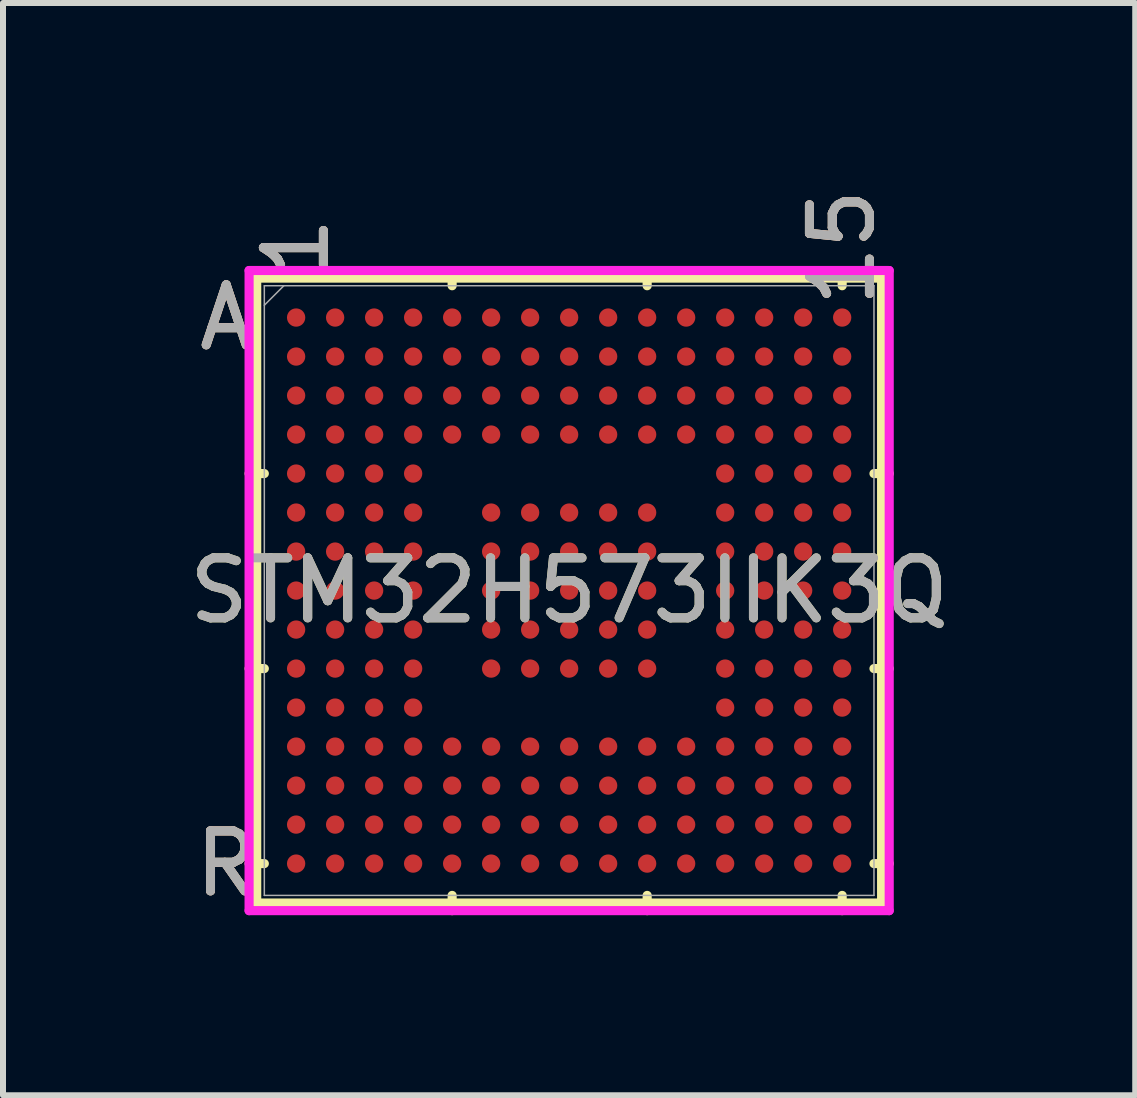
<source format=kicad_pcb>
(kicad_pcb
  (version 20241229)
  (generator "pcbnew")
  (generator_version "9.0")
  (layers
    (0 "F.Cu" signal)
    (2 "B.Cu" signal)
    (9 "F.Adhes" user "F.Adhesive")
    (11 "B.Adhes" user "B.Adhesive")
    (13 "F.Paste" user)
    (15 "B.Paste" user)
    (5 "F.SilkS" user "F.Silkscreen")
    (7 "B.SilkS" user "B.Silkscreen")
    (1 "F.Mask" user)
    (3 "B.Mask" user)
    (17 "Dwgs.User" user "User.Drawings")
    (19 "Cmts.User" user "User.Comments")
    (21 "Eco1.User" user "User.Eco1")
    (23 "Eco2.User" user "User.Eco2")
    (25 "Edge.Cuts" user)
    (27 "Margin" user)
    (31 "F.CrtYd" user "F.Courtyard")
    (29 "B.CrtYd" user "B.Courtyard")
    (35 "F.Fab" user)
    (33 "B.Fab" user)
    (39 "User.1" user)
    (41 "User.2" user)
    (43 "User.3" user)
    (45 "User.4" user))
  (footprint "STM32H573IIK3Q"
    (layer "F.Cu")
    (at 6.435 6.792)
    (property "Reference" "STM32H573IIK3Q" (at 0 0 0) (unlocked yes) (layer "F.SilkS") (effects (font (size 1 1) (thickness 0.15))))
    (attr smd)
    (fp_line (start -5.207 -5.207) (end -5.207 5.207) (stroke (width 0.152) (type solid)) (layer "F.SilkS"))
    (fp_line (start -5.207 5.207) (end 5.207 5.207) (stroke (width 0.152) (type solid)) (layer "F.SilkS"))
    (fp_line (start -5.08 -1.95) (end -5.334 -1.95) (stroke (width 0.152) (type solid)) (layer "F.SilkS"))
    (fp_line (start -5.08 1.3) (end -5.334 1.3) (stroke (width 0.152) (type solid)) (layer "F.SilkS"))
    (fp_line (start -5.08 4.55) (end -5.334 4.55) (stroke (width 0.152) (type solid)) (layer "F.SilkS"))
    (fp_line (start -1.95 -5.08) (end -1.95 -5.334) (stroke (width 0.152) (type solid)) (layer "F.SilkS"))
    (fp_line (start -1.95 5.08) (end -1.95 5.334) (stroke (width 0.152) (type solid)) (layer "F.SilkS"))
    (fp_line (start 1.3 -5.08) (end 1.3 -5.334) (stroke (width 0.152) (type solid)) (layer "F.SilkS"))
    (fp_line (start 1.3 5.08) (end 1.3 5.334) (stroke (width 0.152) (type solid)) (layer "F.SilkS"))
    (fp_line (start 4.55 -5.08) (end 4.55 -5.334) (stroke (width 0.152) (type solid)) (layer "F.SilkS"))
    (fp_line (start 4.55 5.08) (end 4.55 5.334) (stroke (width 0.152) (type solid)) (layer "F.SilkS"))
    (fp_line (start 5.08 -1.95) (end 5.334 -1.95) (stroke (width 0.152) (type solid)) (layer "F.SilkS"))
    (fp_line (start 5.08 1.3) (end 5.334 1.3) (stroke (width 0.152) (type solid)) (layer "F.SilkS"))
    (fp_line (start 5.08 4.55) (end 5.334 4.55) (stroke (width 0.152) (type solid)) (layer "F.SilkS"))
    (fp_line (start 5.207 -5.207) (end -5.207 -5.207) (stroke (width 0.152) (type solid)) (layer "F.SilkS"))
    (fp_line (start 5.207 5.207) (end 5.207 -5.207) (stroke (width 0.152) (type solid)) (layer "F.SilkS"))
    (fp_line (start -5.334 -5.334) (end 5.334 -5.334) (stroke (width 0.152) (type solid)) (layer "F.CrtYd"))
    (fp_line (start -5.334 5.334) (end -5.334 -5.334) (stroke (width 0.152) (type solid)) (layer "F.CrtYd"))
    (fp_line (start 5.334 -5.334) (end 5.334 5.334) (stroke (width 0.152) (type solid)) (layer "F.CrtYd"))
    (fp_line (start 5.334 5.334) (end -5.334 5.334) (stroke (width 0.152) (type solid)) (layer "F.CrtYd"))
    (fp_line (start -5.08 -5.08) (end -5.08 5.08) (stroke (width 0.025) (type solid)) (layer "F.Fab"))
    (fp_line (start -5.08 5.08) (end 5.08 5.08) (stroke (width 0.025) (type solid)) (layer "F.Fab"))
    (fp_line (start -4.755 -5.08) (end -5.08 -4.755) (stroke (width 0.025) (type solid)) (layer "F.Fab"))
    (fp_line (start 5.08 -5.08) (end -5.08 -5.08) (stroke (width 0.025) (type solid)) (layer "F.Fab"))
    (fp_line (start 5.08 5.08) (end 5.08 -5.08) (stroke (width 0.025) (type solid)) (layer "F.Fab"))
    (fp_text user "1" (at -4.55 -5.715 90) (unlocked yes) (layer "F.SilkS") (effects (font (size 1 1) (thickness 0.15))))
    (fp_text user "R" (at -5.715 4.55 0) (unlocked yes) (layer "F.SilkS") (effects (font (size 1 1) (thickness 0.15))))
    (fp_text user "A" (at -5.715 -4.55 0) (unlocked yes) (layer "F.SilkS") (effects (font (size 1 1) (thickness 0.15))))
    (fp_text user "15" (at 4.55 -5.715 90) (unlocked yes) (layer "F.SilkS") (effects (font (size 1 1) (thickness 0.15))))
    (fp_text user "A" (at -5.715 -4.55 0) (unlocked yes) (layer "B.SilkS") (effects (font (size 1 1) (thickness 0.15))))
    (fp_text user "15" (at 4.55 -5.715 90) (unlocked yes) (layer "B.SilkS") (effects (font (size 1 1) (thickness 0.15))))
    (fp_text user "R" (at -5.715 4.55 0) (unlocked yes) (layer "B.SilkS") (effects (font (size 1 1) (thickness 0.15))))
    (fp_text user "1" (at -4.55 -5.715 90) (unlocked yes) (layer "B.SilkS") (effects (font (size 1 1) (thickness 0.15))))
    (fp_text user "1" (at -4.55 -5.715 90) (unlocked yes) (layer "F.Fab") (effects (font (size 1 1) (thickness 0.15))))
    (fp_text user "15" (at 4.55 -5.715 90) (unlocked yes) (layer "F.Fab") (effects (font (size 1 1) (thickness 0.15))))
    (fp_text user "A" (at -5.715 -4.55 0) (unlocked yes) (layer "F.Fab") (effects (font (size 1 1) (thickness 0.15))))
    (fp_text user "${REFERENCE}" (at 0 0 0) (unlocked yes) (layer "F.Fab") (effects (font (size 1 1) (thickness 0.15))))
    (fp_text user "R" (at -5.715 4.55 0) (unlocked yes) (layer "F.Fab") (effects (font (size 1 1) (thickness 0.15))))
    (pad "A1" smd circle (at -4.55 -4.55) (size 0.305 0.305) (layers "F.Cu" "F.Mask" "F.Paste"))
    (pad "A2" smd circle (at -3.9 -4.55) (size 0.305 0.305) (layers "F.Cu" "F.Mask" "F.Paste"))
    (pad "A3" smd circle (at -3.25 -4.55) (size 0.305 0.305) (layers "F.Cu" "F.Mask" "F.Paste"))
    (pad "A4" smd circle (at -2.6 -4.55) (size 0.305 0.305) (layers "F.Cu" "F.Mask" "F.Paste"))
    (pad "A5" smd circle (at -1.95 -4.55) (size 0.305 0.305) (layers "F.Cu" "F.Mask" "F.Paste"))
    (pad "A6" smd circle (at -1.3 -4.55) (size 0.305 0.305) (layers "F.Cu" "F.Mask" "F.Paste"))
    (pad "A7" smd circle (at -0.65 -4.55) (size 0.305 0.305) (layers "F.Cu" "F.Mask" "F.Paste"))
    (pad "A8" smd circle (at 0 -4.55) (size 0.305 0.305) (layers "F.Cu" "F.Mask" "F.Paste"))
    (pad "A9" smd circle (at 0.65 -4.55) (size 0.305 0.305) (layers "F.Cu" "F.Mask" "F.Paste"))
    (pad "A10" smd circle (at 1.3 -4.55) (size 0.305 0.305) (layers "F.Cu" "F.Mask" "F.Paste"))
    (pad "A11" smd circle (at 1.95 -4.55) (size 0.305 0.305) (layers "F.Cu" "F.Mask" "F.Paste"))
    (pad "A12" smd circle (at 2.6 -4.55) (size 0.305 0.305) (layers "F.Cu" "F.Mask" "F.Paste"))
    (pad "A13" smd circle (at 3.25 -4.55) (size 0.305 0.305) (layers "F.Cu" "F.Mask" "F.Paste"))
    (pad "A14" smd circle (at 3.9 -4.55) (size 0.305 0.305) (layers "F.Cu" "F.Mask" "F.Paste"))
    (pad "A15" smd circle (at 4.55 -4.55) (size 0.305 0.305) (layers "F.Cu" "F.Mask" "F.Paste"))
    (pad "B1" smd circle (at -4.55 -3.9) (size 0.305 0.305) (layers "F.Cu" "F.Mask" "F.Paste"))
    (pad "B2" smd circle (at -3.9 -3.9) (size 0.305 0.305) (layers "F.Cu" "F.Mask" "F.Paste"))
    (pad "B3" smd circle (at -3.25 -3.9) (size 0.305 0.305) (layers "F.Cu" "F.Mask" "F.Paste"))
    (pad "B4" smd circle (at -2.6 -3.9) (size 0.305 0.305) (layers "F.Cu" "F.Mask" "F.Paste"))
    (pad "B5" smd circle (at -1.95 -3.9) (size 0.305 0.305) (layers "F.Cu" "F.Mask" "F.Paste"))
    (pad "B6" smd circle (at -1.3 -3.9) (size 0.305 0.305) (layers "F.Cu" "F.Mask" "F.Paste"))
    (pad "B7" smd circle (at -0.65 -3.9) (size 0.305 0.305) (layers "F.Cu" "F.Mask" "F.Paste"))
    (pad "B8" smd circle (at 0 -3.9) (size 0.305 0.305) (layers "F.Cu" "F.Mask" "F.Paste"))
    (pad "B9" smd circle (at 0.65 -3.9) (size 0.305 0.305) (layers "F.Cu" "F.Mask" "F.Paste"))
    (pad "B10" smd circle (at 1.3 -3.9) (size 0.305 0.305) (layers "F.Cu" "F.Mask" "F.Paste"))
    (pad "B11" smd circle (at 1.95 -3.9) (size 0.305 0.305) (layers "F.Cu" "F.Mask" "F.Paste"))
    (pad "B12" smd circle (at 2.6 -3.9) (size 0.305 0.305) (layers "F.Cu" "F.Mask" "F.Paste"))
    (pad "B13" smd circle (at 3.25 -3.9) (size 0.305 0.305) (layers "F.Cu" "F.Mask" "F.Paste"))
    (pad "B14" smd circle (at 3.9 -3.9) (size 0.305 0.305) (layers "F.Cu" "F.Mask" "F.Paste"))
    (pad "B15" smd circle (at 4.55 -3.9) (size 0.305 0.305) (layers "F.Cu" "F.Mask" "F.Paste"))
    (pad "C1" smd circle (at -4.55 -3.25) (size 0.305 0.305) (layers "F.Cu" "F.Mask" "F.Paste"))
    (pad "C2" smd circle (at -3.9 -3.25) (size 0.305 0.305) (layers "F.Cu" "F.Mask" "F.Paste"))
    (pad "C3" smd circle (at -3.25 -3.25) (size 0.305 0.305) (layers "F.Cu" "F.Mask" "F.Paste"))
    (pad "C4" smd circle (at -2.6 -3.25) (size 0.305 0.305) (layers "F.Cu" "F.Mask" "F.Paste"))
    (pad "C5" smd circle (at -1.95 -3.25) (size 0.305 0.305) (layers "F.Cu" "F.Mask" "F.Paste"))
    (pad "C6" smd circle (at -1.3 -3.25) (size 0.305 0.305) (layers "F.Cu" "F.Mask" "F.Paste"))
    (pad "C7" smd circle (at -0.65 -3.25) (size 0.305 0.305) (layers "F.Cu" "F.Mask" "F.Paste"))
    (pad "C8" smd circle (at 0 -3.25) (size 0.305 0.305) (layers "F.Cu" "F.Mask" "F.Paste"))
    (pad "C9" smd circle (at 0.65 -3.25) (size 0.305 0.305) (layers "F.Cu" "F.Mask" "F.Paste"))
    (pad "C10" smd circle (at 1.3 -3.25) (size 0.305 0.305) (layers "F.Cu" "F.Mask" "F.Paste"))
    (pad "C11" smd circle (at 1.95 -3.25) (size 0.305 0.305) (layers "F.Cu" "F.Mask" "F.Paste"))
    (pad "C12" smd circle (at 2.6 -3.25) (size 0.305 0.305) (layers "F.Cu" "F.Mask" "F.Paste"))
    (pad "C13" smd circle (at 3.25 -3.25) (size 0.305 0.305) (layers "F.Cu" "F.Mask" "F.Paste"))
    (pad "C14" smd circle (at 3.9 -3.25) (size 0.305 0.305) (layers "F.Cu" "F.Mask" "F.Paste"))
    (pad "C15" smd circle (at 4.55 -3.25) (size 0.305 0.305) (layers "F.Cu" "F.Mask" "F.Paste"))
    (pad "D1" smd circle (at -4.55 -2.6) (size 0.305 0.305) (layers "F.Cu" "F.Mask" "F.Paste"))
    (pad "D2" smd circle (at -3.9 -2.6) (size 0.305 0.305) (layers "F.Cu" "F.Mask" "F.Paste"))
    (pad "D3" smd circle (at -3.25 -2.6) (size 0.305 0.305) (layers "F.Cu" "F.Mask" "F.Paste"))
    (pad "D4" smd circle (at -2.6 -2.6) (size 0.305 0.305) (layers "F.Cu" "F.Mask" "F.Paste"))
    (pad "D5" smd circle (at -1.95 -2.6) (size 0.305 0.305) (layers "F.Cu" "F.Mask" "F.Paste"))
    (pad "D6" smd circle (at -1.3 -2.6) (size 0.305 0.305) (layers "F.Cu" "F.Mask" "F.Paste"))
    (pad "D7" smd circle (at -0.65 -2.6) (size 0.305 0.305) (layers "F.Cu" "F.Mask" "F.Paste"))
    (pad "D8" smd circle (at 0 -2.6) (size 0.305 0.305) (layers "F.Cu" "F.Mask" "F.Paste"))
    (pad "D9" smd circle (at 0.65 -2.6) (size 0.305 0.305) (layers "F.Cu" "F.Mask" "F.Paste"))
    (pad "D10" smd circle (at 1.3 -2.6) (size 0.305 0.305) (layers "F.Cu" "F.Mask" "F.Paste"))
    (pad "D11" smd circle (at 1.95 -2.6) (size 0.305 0.305) (layers "F.Cu" "F.Mask" "F.Paste"))
    (pad "D12" smd circle (at 2.6 -2.6) (size 0.305 0.305) (layers "F.Cu" "F.Mask" "F.Paste"))
    (pad "D13" smd circle (at 3.25 -2.6) (size 0.305 0.305) (layers "F.Cu" "F.Mask" "F.Paste"))
    (pad "D14" smd circle (at 3.9 -2.6) (size 0.305 0.305) (layers "F.Cu" "F.Mask" "F.Paste"))
    (pad "D15" smd circle (at 4.55 -2.6) (size 0.305 0.305) (layers "F.Cu" "F.Mask" "F.Paste"))
    (pad "E1" smd circle (at -4.55 -1.95) (size 0.305 0.305) (layers "F.Cu" "F.Mask" "F.Paste"))
    (pad "E2" smd circle (at -3.9 -1.95) (size 0.305 0.305) (layers "F.Cu" "F.Mask" "F.Paste"))
    (pad "E3" smd circle (at -3.25 -1.95) (size 0.305 0.305) (layers "F.Cu" "F.Mask" "F.Paste"))
    (pad "E4" smd circle (at -2.6 -1.95) (size 0.305 0.305) (layers "F.Cu" "F.Mask" "F.Paste"))
    (pad "E12" smd circle (at 2.6 -1.95) (size 0.305 0.305) (layers "F.Cu" "F.Mask" "F.Paste"))
    (pad "E13" smd circle (at 3.25 -1.95) (size 0.305 0.305) (layers "F.Cu" "F.Mask" "F.Paste"))
    (pad "E14" smd circle (at 3.9 -1.95) (size 0.305 0.305) (layers "F.Cu" "F.Mask" "F.Paste"))
    (pad "E15" smd circle (at 4.55 -1.95) (size 0.305 0.305) (layers "F.Cu" "F.Mask" "F.Paste"))
    (pad "F1" smd circle (at -4.55 -1.3) (size 0.305 0.305) (layers "F.Cu" "F.Mask" "F.Paste"))
    (pad "F2" smd circle (at -3.9 -1.3) (size 0.305 0.305) (layers "F.Cu" "F.Mask" "F.Paste"))
    (pad "F3" smd circle (at -3.25 -1.3) (size 0.305 0.305) (layers "F.Cu" "F.Mask" "F.Paste"))
    (pad "F4" smd circle (at -2.6 -1.3) (size 0.305 0.305) (layers "F.Cu" "F.Mask" "F.Paste"))
    (pad "F6" smd circle (at -1.3 -1.3) (size 0.305 0.305) (layers "F.Cu" "F.Mask" "F.Paste"))
    (pad "F7" smd circle (at -0.65 -1.3) (size 0.305 0.305) (layers "F.Cu" "F.Mask" "F.Paste"))
    (pad "F8" smd circle (at 0 -1.3) (size 0.305 0.305) (layers "F.Cu" "F.Mask" "F.Paste"))
    (pad "F9" smd circle (at 0.65 -1.3) (size 0.305 0.305) (layers "F.Cu" "F.Mask" "F.Paste"))
    (pad "F10" smd circle (at 1.3 -1.3) (size 0.305 0.305) (layers "F.Cu" "F.Mask" "F.Paste"))
    (pad "F12" smd circle (at 2.6 -1.3) (size 0.305 0.305) (layers "F.Cu" "F.Mask" "F.Paste"))
    (pad "F13" smd circle (at 3.25 -1.3) (size 0.305 0.305) (layers "F.Cu" "F.Mask" "F.Paste"))
    (pad "F14" smd circle (at 3.9 -1.3) (size 0.305 0.305) (layers "F.Cu" "F.Mask" "F.Paste"))
    (pad "F15" smd circle (at 4.55 -1.3) (size 0.305 0.305) (layers "F.Cu" "F.Mask" "F.Paste"))
    (pad "G1" smd circle (at -4.55 -0.65) (size 0.305 0.305) (layers "F.Cu" "F.Mask" "F.Paste"))
    (pad "G2" smd circle (at -3.9 -0.65) (size 0.305 0.305) (layers "F.Cu" "F.Mask" "F.Paste"))
    (pad "G3" smd circle (at -3.25 -0.65) (size 0.305 0.305) (layers "F.Cu" "F.Mask" "F.Paste"))
    (pad "G4" smd circle (at -2.6 -0.65) (size 0.305 0.305) (layers "F.Cu" "F.Mask" "F.Paste"))
    (pad "G6" smd circle (at -1.3 -0.65) (size 0.305 0.305) (layers "F.Cu" "F.Mask" "F.Paste"))
    (pad "G7" smd circle (at -0.65 -0.65) (size 0.305 0.305) (layers "F.Cu" "F.Mask" "F.Paste"))
    (pad "G8" smd circle (at 0 -0.65) (size 0.305 0.305) (layers "F.Cu" "F.Mask" "F.Paste"))
    (pad "G9" smd circle (at 0.65 -0.65) (size 0.305 0.305) (layers "F.Cu" "F.Mask" "F.Paste"))
    (pad "G10" smd circle (at 1.3 -0.65) (size 0.305 0.305) (layers "F.Cu" "F.Mask" "F.Paste"))
    (pad "G12" smd circle (at 2.6 -0.65) (size 0.305 0.305) (layers "F.Cu" "F.Mask" "F.Paste"))
    (pad "G13" smd circle (at 3.25 -0.65) (size 0.305 0.305) (layers "F.Cu" "F.Mask" "F.Paste"))
    (pad "G14" smd circle (at 3.9 -0.65) (size 0.305 0.305) (layers "F.Cu" "F.Mask" "F.Paste"))
    (pad "G15" smd circle (at 4.55 -0.65) (size 0.305 0.305) (layers "F.Cu" "F.Mask" "F.Paste"))
    (pad "H1" smd circle (at -4.55 0) (size 0.305 0.305) (layers "F.Cu" "F.Mask" "F.Paste"))
    (pad "H2" smd circle (at -3.9 0) (size 0.305 0.305) (layers "F.Cu" "F.Mask" "F.Paste"))
    (pad "H3" smd circle (at -3.25 0) (size 0.305 0.305) (layers "F.Cu" "F.Mask" "F.Paste"))
    (pad "H4" smd circle (at -2.6 0) (size 0.305 0.305) (layers "F.Cu" "F.Mask" "F.Paste"))
    (pad "H6" smd circle (at -1.3 0) (size 0.305 0.305) (layers "F.Cu" "F.Mask" "F.Paste"))
    (pad "H7" smd circle (at -0.65 0) (size 0.305 0.305) (layers "F.Cu" "F.Mask" "F.Paste"))
    (pad "H8" smd circle (at 0 0) (size 0.305 0.305) (layers "F.Cu" "F.Mask" "F.Paste"))
    (pad "H9" smd circle (at 0.65 0) (size 0.305 0.305) (layers "F.Cu" "F.Mask" "F.Paste"))
    (pad "H10" smd circle (at 1.3 0) (size 0.305 0.305) (layers "F.Cu" "F.Mask" "F.Paste"))
    (pad "H12" smd circle (at 2.6 0) (size 0.305 0.305) (layers "F.Cu" "F.Mask" "F.Paste"))
    (pad "H13" smd circle (at 3.25 0) (size 0.305 0.305) (layers "F.Cu" "F.Mask" "F.Paste"))
    (pad "H14" smd circle (at 3.9 0) (size 0.305 0.305) (layers "F.Cu" "F.Mask" "F.Paste"))
    (pad "H15" smd circle (at 4.55 0) (size 0.305 0.305) (layers "F.Cu" "F.Mask" "F.Paste"))
    (pad "J1" smd circle (at -4.55 0.65) (size 0.305 0.305) (layers "F.Cu" "F.Mask" "F.Paste"))
    (pad "J2" smd circle (at -3.9 0.65) (size 0.305 0.305) (layers "F.Cu" "F.Mask" "F.Paste"))
    (pad "J3" smd circle (at -3.25 0.65) (size 0.305 0.305) (layers "F.Cu" "F.Mask" "F.Paste"))
    (pad "J4" smd circle (at -2.6 0.65) (size 0.305 0.305) (layers "F.Cu" "F.Mask" "F.Paste"))
    (pad "J6" smd circle (at -1.3 0.65) (size 0.305 0.305) (layers "F.Cu" "F.Mask" "F.Paste"))
    (pad "J7" smd circle (at -0.65 0.65) (size 0.305 0.305) (layers "F.Cu" "F.Mask" "F.Paste"))
    (pad "J8" smd circle (at 0 0.65) (size 0.305 0.305) (layers "F.Cu" "F.Mask" "F.Paste"))
    (pad "J9" smd circle (at 0.65 0.65) (size 0.305 0.305) (layers "F.Cu" "F.Mask" "F.Paste"))
    (pad "J10" smd circle (at 1.3 0.65) (size 0.305 0.305) (layers "F.Cu" "F.Mask" "F.Paste"))
    (pad "J12" smd circle (at 2.6 0.65) (size 0.305 0.305) (layers "F.Cu" "F.Mask" "F.Paste"))
    (pad "J13" smd circle (at 3.25 0.65) (size 0.305 0.305) (layers "F.Cu" "F.Mask" "F.Paste"))
    (pad "J14" smd circle (at 3.9 0.65) (size 0.305 0.305) (layers "F.Cu" "F.Mask" "F.Paste"))
    (pad "J15" smd circle (at 4.55 0.65) (size 0.305 0.305) (layers "F.Cu" "F.Mask" "F.Paste"))
    (pad "K1" smd circle (at -4.55 1.3) (size 0.305 0.305) (layers "F.Cu" "F.Mask" "F.Paste"))
    (pad "K2" smd circle (at -3.9 1.3) (size 0.305 0.305) (layers "F.Cu" "F.Mask" "F.Paste"))
    (pad "K3" smd circle (at -3.25 1.3) (size 0.305 0.305) (layers "F.Cu" "F.Mask" "F.Paste"))
    (pad "K4" smd circle (at -2.6 1.3) (size 0.305 0.305) (layers "F.Cu" "F.Mask" "F.Paste"))
    (pad "K6" smd circle (at -1.3 1.3) (size 0.305 0.305) (layers "F.Cu" "F.Mask" "F.Paste"))
    (pad "K7" smd circle (at -0.65 1.3) (size 0.305 0.305) (layers "F.Cu" "F.Mask" "F.Paste"))
    (pad "K8" smd circle (at 0 1.3) (size 0.305 0.305) (layers "F.Cu" "F.Mask" "F.Paste"))
    (pad "K9" smd circle (at 0.65 1.3) (size 0.305 0.305) (layers "F.Cu" "F.Mask" "F.Paste"))
    (pad "K10" smd circle (at 1.3 1.3) (size 0.305 0.305) (layers "F.Cu" "F.Mask" "F.Paste"))
    (pad "K12" smd circle (at 2.6 1.3) (size 0.305 0.305) (layers "F.Cu" "F.Mask" "F.Paste"))
    (pad "K13" smd circle (at 3.25 1.3) (size 0.305 0.305) (layers "F.Cu" "F.Mask" "F.Paste"))
    (pad "K14" smd circle (at 3.9 1.3) (size 0.305 0.305) (layers "F.Cu" "F.Mask" "F.Paste"))
    (pad "K15" smd circle (at 4.55 1.3) (size 0.305 0.305) (layers "F.Cu" "F.Mask" "F.Paste"))
    (pad "L1" smd circle (at -4.55 1.95) (size 0.305 0.305) (layers "F.Cu" "F.Mask" "F.Paste"))
    (pad "L2" smd circle (at -3.9 1.95) (size 0.305 0.305) (layers "F.Cu" "F.Mask" "F.Paste"))
    (pad "L3" smd circle (at -3.25 1.95) (size 0.305 0.305) (layers "F.Cu" "F.Mask" "F.Paste"))
    (pad "L4" smd circle (at -2.6 1.95) (size 0.305 0.305) (layers "F.Cu" "F.Mask" "F.Paste"))
    (pad "L12" smd circle (at 2.6 1.95) (size 0.305 0.305) (layers "F.Cu" "F.Mask" "F.Paste"))
    (pad "L13" smd circle (at 3.25 1.95) (size 0.305 0.305) (layers "F.Cu" "F.Mask" "F.Paste"))
    (pad "L14" smd circle (at 3.9 1.95) (size 0.305 0.305) (layers "F.Cu" "F.Mask" "F.Paste"))
    (pad "L15" smd circle (at 4.55 1.95) (size 0.305 0.305) (layers "F.Cu" "F.Mask" "F.Paste"))
    (pad "M1" smd circle (at -4.55 2.6) (size 0.305 0.305) (layers "F.Cu" "F.Mask" "F.Paste"))
    (pad "M2" smd circle (at -3.9 2.6) (size 0.305 0.305) (layers "F.Cu" "F.Mask" "F.Paste"))
    (pad "M3" smd circle (at -3.25 2.6) (size 0.305 0.305) (layers "F.Cu" "F.Mask" "F.Paste"))
    (pad "M4" smd circle (at -2.6 2.6) (size 0.305 0.305) (layers "F.Cu" "F.Mask" "F.Paste"))
    (pad "M5" smd circle (at -1.95 2.6) (size 0.305 0.305) (layers "F.Cu" "F.Mask" "F.Paste"))
    (pad "M6" smd circle (at -1.3 2.6) (size 0.305 0.305) (layers "F.Cu" "F.Mask" "F.Paste"))
    (pad "M7" smd circle (at -0.65 2.6) (size 0.305 0.305) (layers "F.Cu" "F.Mask" "F.Paste"))
    (pad "M8" smd circle (at 0 2.6) (size 0.305 0.305) (layers "F.Cu" "F.Mask" "F.Paste"))
    (pad "M9" smd circle (at 0.65 2.6) (size 0.305 0.305) (layers "F.Cu" "F.Mask" "F.Paste"))
    (pad "M10" smd circle (at 1.3 2.6) (size 0.305 0.305) (layers "F.Cu" "F.Mask" "F.Paste"))
    (pad "M11" smd circle (at 1.95 2.6) (size 0.305 0.305) (layers "F.Cu" "F.Mask" "F.Paste"))
    (pad "M12" smd circle (at 2.6 2.6) (size 0.305 0.305) (layers "F.Cu" "F.Mask" "F.Paste"))
    (pad "M13" smd circle (at 3.25 2.6) (size 0.305 0.305) (layers "F.Cu" "F.Mask" "F.Paste"))
    (pad "M14" smd circle (at 3.9 2.6) (size 0.305 0.305) (layers "F.Cu" "F.Mask" "F.Paste"))
    (pad "M15" smd circle (at 4.55 2.6) (size 0.305 0.305) (layers "F.Cu" "F.Mask" "F.Paste"))
    (pad "N1" smd circle (at -4.55 3.25) (size 0.305 0.305) (layers "F.Cu" "F.Mask" "F.Paste"))
    (pad "N2" smd circle (at -3.9 3.25) (size 0.305 0.305) (layers "F.Cu" "F.Mask" "F.Paste"))
    (pad "N3" smd circle (at -3.25 3.25) (size 0.305 0.305) (layers "F.Cu" "F.Mask" "F.Paste"))
    (pad "N4" smd circle (at -2.6 3.25) (size 0.305 0.305) (layers "F.Cu" "F.Mask" "F.Paste"))
    (pad "N5" smd circle (at -1.95 3.25) (size 0.305 0.305) (layers "F.Cu" "F.Mask" "F.Paste"))
    (pad "N6" smd circle (at -1.3 3.25) (size 0.305 0.305) (layers "F.Cu" "F.Mask" "F.Paste"))
    (pad "N7" smd circle (at -0.65 3.25) (size 0.305 0.305) (layers "F.Cu" "F.Mask" "F.Paste"))
    (pad "N8" smd circle (at 0 3.25) (size 0.305 0.305) (layers "F.Cu" "F.Mask" "F.Paste"))
    (pad "N9" smd circle (at 0.65 3.25) (size 0.305 0.305) (layers "F.Cu" "F.Mask" "F.Paste"))
    (pad "N10" smd circle (at 1.3 3.25) (size 0.305 0.305) (layers "F.Cu" "F.Mask" "F.Paste"))
    (pad "N11" smd circle (at 1.95 3.25) (size 0.305 0.305) (layers "F.Cu" "F.Mask" "F.Paste"))
    (pad "N12" smd circle (at 2.6 3.25) (size 0.305 0.305) (layers "F.Cu" "F.Mask" "F.Paste"))
    (pad "N13" smd circle (at 3.25 3.25) (size 0.305 0.305) (layers "F.Cu" "F.Mask" "F.Paste"))
    (pad "N14" smd circle (at 3.9 3.25) (size 0.305 0.305) (layers "F.Cu" "F.Mask" "F.Paste"))
    (pad "N15" smd circle (at 4.55 3.25) (size 0.305 0.305) (layers "F.Cu" "F.Mask" "F.Paste"))
    (pad "P1" smd circle (at -4.55 3.9) (size 0.305 0.305) (layers "F.Cu" "F.Mask" "F.Paste"))
    (pad "P2" smd circle (at -3.9 3.9) (size 0.305 0.305) (layers "F.Cu" "F.Mask" "F.Paste"))
    (pad "P3" smd circle (at -3.25 3.9) (size 0.305 0.305) (layers "F.Cu" "F.Mask" "F.Paste"))
    (pad "P4" smd circle (at -2.6 3.9) (size 0.305 0.305) (layers "F.Cu" "F.Mask" "F.Paste"))
    (pad "P5" smd circle (at -1.95 3.9) (size 0.305 0.305) (layers "F.Cu" "F.Mask" "F.Paste"))
    (pad "P6" smd circle (at -1.3 3.9) (size 0.305 0.305) (layers "F.Cu" "F.Mask" "F.Paste"))
    (pad "P7" smd circle (at -0.65 3.9) (size 0.305 0.305) (layers "F.Cu" "F.Mask" "F.Paste"))
    (pad "P8" smd circle (at 0 3.9) (size 0.305 0.305) (layers "F.Cu" "F.Mask" "F.Paste"))
    (pad "P9" smd circle (at 0.65 3.9) (size 0.305 0.305) (layers "F.Cu" "F.Mask" "F.Paste"))
    (pad "P10" smd circle (at 1.3 3.9) (size 0.305 0.305) (layers "F.Cu" "F.Mask" "F.Paste"))
    (pad "P11" smd circle (at 1.95 3.9) (size 0.305 0.305) (layers "F.Cu" "F.Mask" "F.Paste"))
    (pad "P12" smd circle (at 2.6 3.9) (size 0.305 0.305) (layers "F.Cu" "F.Mask" "F.Paste"))
    (pad "P13" smd circle (at 3.25 3.9) (size 0.305 0.305) (layers "F.Cu" "F.Mask" "F.Paste"))
    (pad "P14" smd circle (at 3.9 3.9) (size 0.305 0.305) (layers "F.Cu" "F.Mask" "F.Paste"))
    (pad "P15" smd circle (at 4.55 3.9) (size 0.305 0.305) (layers "F.Cu" "F.Mask" "F.Paste"))
    (pad "R1" smd circle (at -4.55 4.55) (size 0.305 0.305) (layers "F.Cu" "F.Mask" "F.Paste"))
    (pad "R2" smd circle (at -3.9 4.55) (size 0.305 0.305) (layers "F.Cu" "F.Mask" "F.Paste"))
    (pad "R3" smd circle (at -3.25 4.55) (size 0.305 0.305) (layers "F.Cu" "F.Mask" "F.Paste"))
    (pad "R4" smd circle (at -2.6 4.55) (size 0.305 0.305) (layers "F.Cu" "F.Mask" "F.Paste"))
    (pad "R5" smd circle (at -1.95 4.55) (size 0.305 0.305) (layers "F.Cu" "F.Mask" "F.Paste"))
    (pad "R6" smd circle (at -1.3 4.55) (size 0.305 0.305) (layers "F.Cu" "F.Mask" "F.Paste"))
    (pad "R7" smd circle (at -0.65 4.55) (size 0.305 0.305) (layers "F.Cu" "F.Mask" "F.Paste"))
    (pad "R8" smd circle (at 0 4.55) (size 0.305 0.305) (layers "F.Cu" "F.Mask" "F.Paste"))
    (pad "R9" smd circle (at 0.65 4.55) (size 0.305 0.305) (layers "F.Cu" "F.Mask" "F.Paste"))
    (pad "R10" smd circle (at 1.3 4.55) (size 0.305 0.305) (layers "F.Cu" "F.Mask" "F.Paste"))
    (pad "R11" smd circle (at 1.95 4.55) (size 0.305 0.305) (layers "F.Cu" "F.Mask" "F.Paste"))
    (pad "R12" smd circle (at 2.6 4.55) (size 0.305 0.305) (layers "F.Cu" "F.Mask" "F.Paste"))
    (pad "R13" smd circle (at 3.25 4.55) (size 0.305 0.305) (layers "F.Cu" "F.Mask" "F.Paste"))
    (pad "R14" smd circle (at 3.9 4.55) (size 0.305 0.305) (layers "F.Cu" "F.Mask" "F.Paste"))
    (pad "R15" smd circle (at 4.55 4.55) (size 0.305 0.305) (layers "F.Cu" "F.Mask" "F.Paste")))
  (gr_rect
    (start -3 -3)
    (end 15.869 15.203)
    (stroke (width 0.1) (type default))
    (fill no)
    (layer "Edge.Cuts")))
</source>
